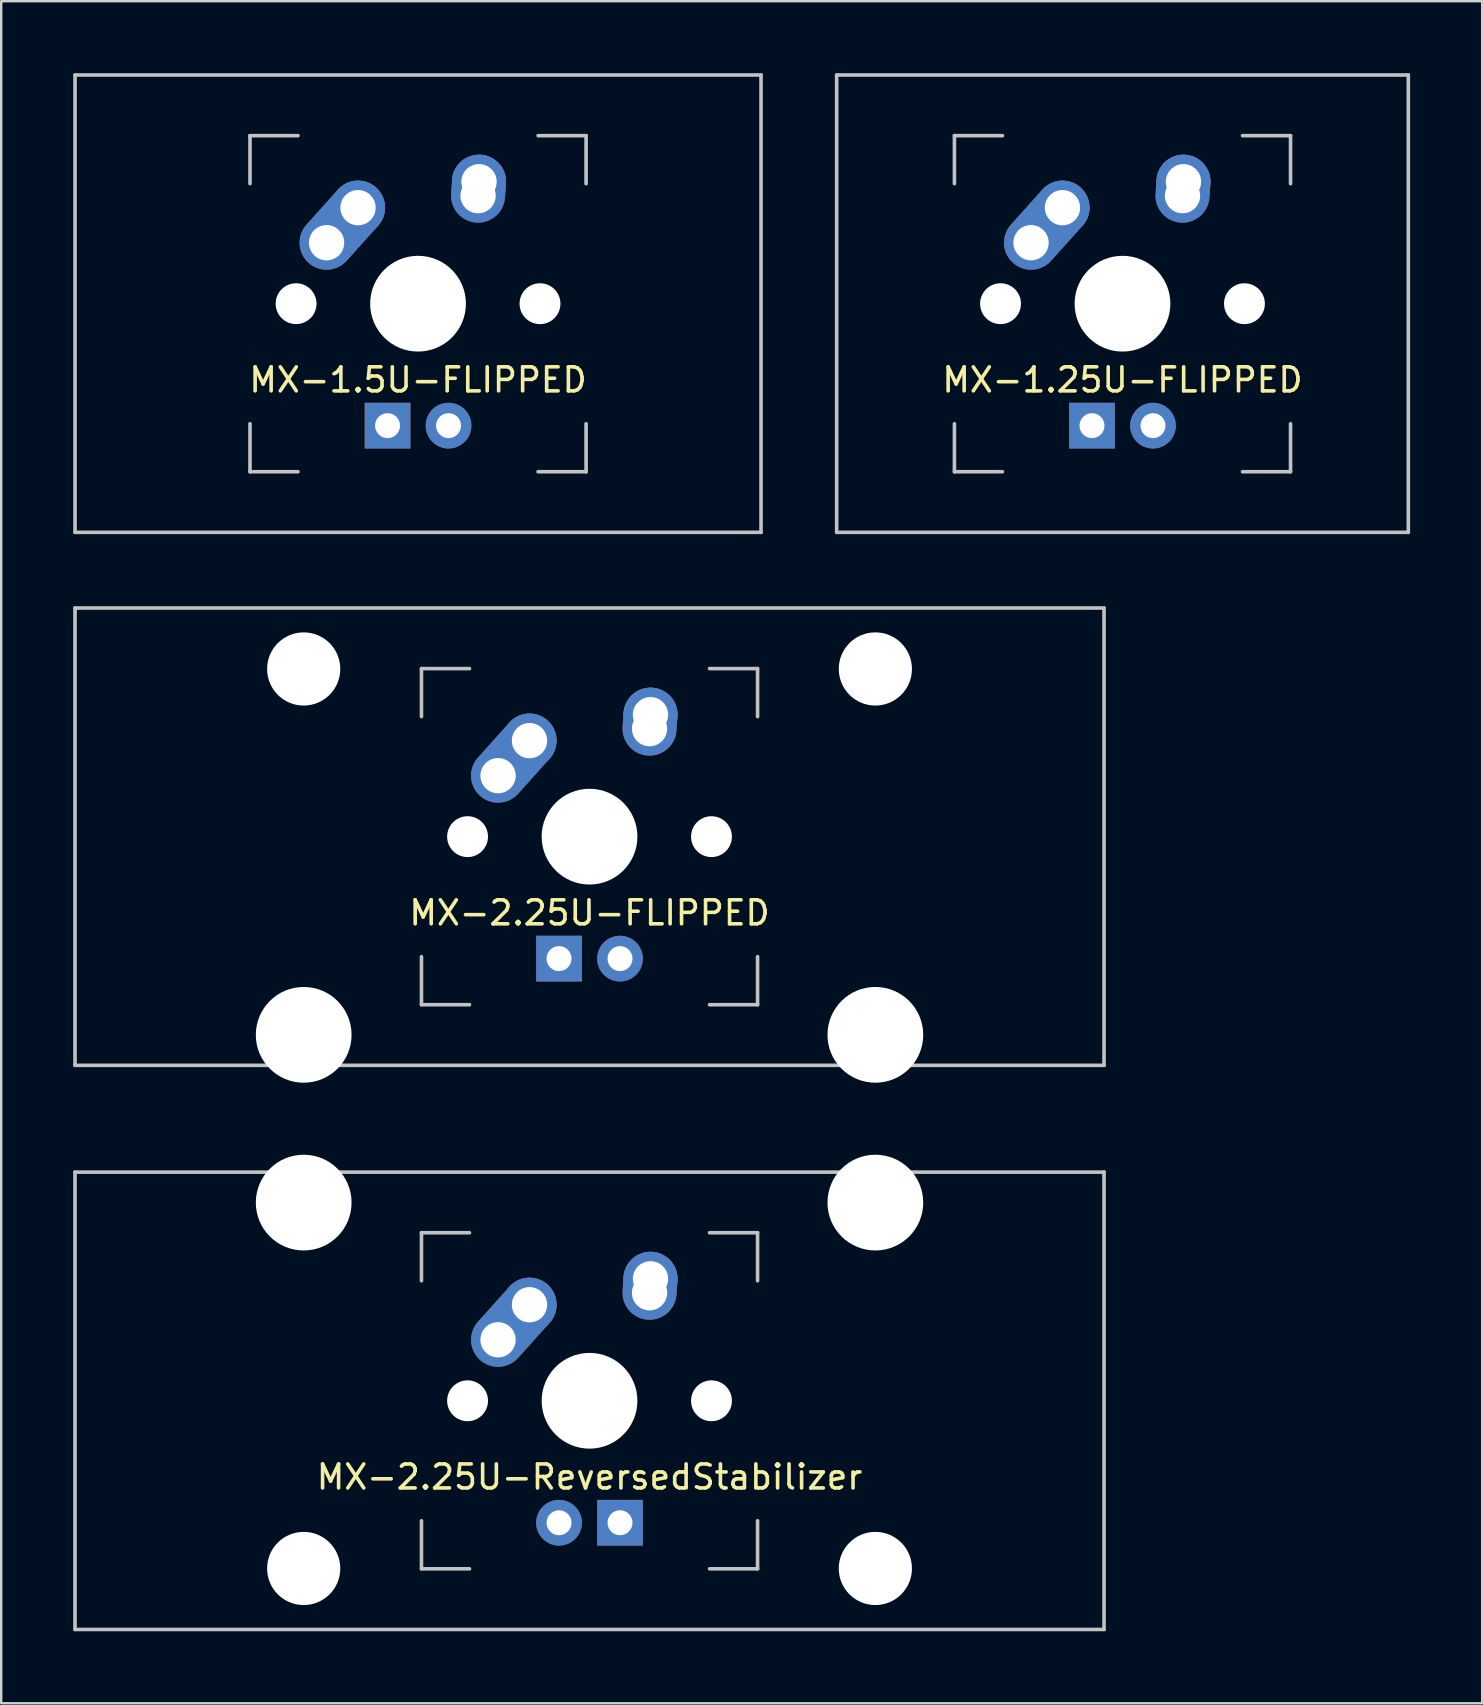
<source format=kicad_pcb>
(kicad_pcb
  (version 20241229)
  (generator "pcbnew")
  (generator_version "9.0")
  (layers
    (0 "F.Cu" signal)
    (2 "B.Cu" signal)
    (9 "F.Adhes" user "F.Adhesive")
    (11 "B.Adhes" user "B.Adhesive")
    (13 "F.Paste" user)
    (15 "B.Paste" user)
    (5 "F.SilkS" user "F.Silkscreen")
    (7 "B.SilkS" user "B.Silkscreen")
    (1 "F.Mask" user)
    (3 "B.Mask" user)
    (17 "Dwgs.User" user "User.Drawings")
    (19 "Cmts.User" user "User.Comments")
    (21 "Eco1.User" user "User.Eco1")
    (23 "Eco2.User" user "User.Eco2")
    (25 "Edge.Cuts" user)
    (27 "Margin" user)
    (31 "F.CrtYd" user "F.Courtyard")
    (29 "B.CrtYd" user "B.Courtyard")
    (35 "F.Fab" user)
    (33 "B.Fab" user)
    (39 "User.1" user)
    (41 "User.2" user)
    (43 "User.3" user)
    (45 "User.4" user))
  (footprint "MX-2.25U-FLIPPED"
    (layer "F.Cu")
    (at 21.506 31.8)
    (property "Reference" "MX-2.25U-FLIPPED" (at 0 3.175 0) (layer "F.SilkS") (effects (font (size 1 1) (thickness 0.15))))
    (attr through_hole)
    (fp_line (start -21.431 -9.525) (end 21.431 -9.525) (stroke (width 0.15) (type solid)) (layer "Dwgs.User"))
    (fp_line (start -21.431 9.525) (end -21.431 -9.525) (stroke (width 0.15) (type solid)) (layer "Dwgs.User"))
    (fp_line (start -21.431 9.525) (end 21.431 9.525) (stroke (width 0.15) (type solid)) (layer "Dwgs.User"))
    (fp_line (start -7 -7) (end -7 -5) (stroke (width 0.15) (type solid)) (layer "Dwgs.User"))
    (fp_line (start -7 5) (end -7 7) (stroke (width 0.15) (type solid)) (layer "Dwgs.User"))
    (fp_line (start -7 7) (end -5 7) (stroke (width 0.15) (type solid)) (layer "Dwgs.User"))
    (fp_line (start -5 -7) (end -7 -7) (stroke (width 0.15) (type solid)) (layer "Dwgs.User"))
    (fp_line (start 5 -7) (end 7 -7) (stroke (width 0.15) (type solid)) (layer "Dwgs.User"))
    (fp_line (start 5 7) (end 7 7) (stroke (width 0.15) (type solid)) (layer "Dwgs.User"))
    (fp_line (start 7 -7) (end 7 -5) (stroke (width 0.15) (type solid)) (layer "Dwgs.User"))
    (fp_line (start 7 7) (end 7 5) (stroke (width 0.15) (type solid)) (layer "Dwgs.User"))
    (fp_line (start 21.431 -9.525) (end 21.431 9.525) (stroke (width 0.15) (type solid)) (layer "Dwgs.User"))
    (pad "" np_thru_hole circle (at -11.906 -6.985) (size 3.048 3.048) (drill 3.048) (layers "*.Cu" "*.Mask"))
    (pad "" np_thru_hole circle (at -11.906 8.255) (size 3.988 3.988) (drill 3.988) (layers "*.Cu" "*.Mask"))
    (pad "" np_thru_hole circle (at -5.08 0 48.1) (size 1.702 1.702) (drill 1.702) (layers "*.Cu" "*.Mask"))
    (pad "" np_thru_hole circle (at 0 0) (size 3.988 3.988) (drill 3.988) (layers "*.Cu" "*.Mask"))
    (pad "" np_thru_hole circle (at 5.08 0 48.1) (size 1.702 1.702) (drill 1.702) (layers "*.Cu" "*.Mask"))
    (pad "" np_thru_hole circle (at 11.906 -6.985) (size 3.048 3.048) (drill 3.048) (layers "*.Cu" "*.Mask"))
    (pad "" np_thru_hole circle (at 11.906 8.255) (size 3.988 3.988) (drill 3.988) (layers "*.Cu" "*.Mask"))
    (pad "1" thru_hole oval (at -3.81 -2.54 48.1) (size 4.212 2.25) (drill 1.47 (offset 0.981 0)) (layers "*.Cu" "*.Mask"))
    (pad "1" thru_hole circle (at -2.5 -4) (size 2.25 2.25) (drill 1.47) (layers "*.Cu" "*.Mask"))
    (pad "2" thru_hole oval (at 2.5 -4.5 86.055) (size 2.831 2.25) (drill 1.47 (offset 0.291 0)) (layers "*.Cu" "*.Mask"))
    (pad "2" thru_hole circle (at 2.54 -5.08) (size 2.25 2.25) (drill 1.47) (layers "*.Cu" "*.Mask"))
    (pad "3" thru_hole circle (at 1.27 5.08) (size 1.905 1.905) (drill 1.04) (layers "*.Cu" "*.Mask"))
    (pad "4" thru_hole rect (at -1.27 5.08) (size 1.905 1.905) (drill 1.04) (layers "*.Cu" "*.Mask")))
  (footprint "MX-2.25U-ReversedStabilizer"
    (layer "F.Cu")
    (at 21.506 55.298)
    (property "Reference" "MX-2.25U-ReversedStabilizer" (at 0 3.175 0) (layer "F.SilkS") (effects (font (size 1 1) (thickness 0.15))))
    (attr through_hole)
    (fp_line (start -21.431 -9.525) (end 21.431 -9.525) (stroke (width 0.15) (type solid)) (layer "Dwgs.User"))
    (fp_line (start -21.431 9.525) (end -21.431 -9.525) (stroke (width 0.15) (type solid)) (layer "Dwgs.User"))
    (fp_line (start -21.431 9.525) (end 21.431 9.525) (stroke (width 0.15) (type solid)) (layer "Dwgs.User"))
    (fp_line (start -7 -7) (end -7 -5) (stroke (width 0.15) (type solid)) (layer "Dwgs.User"))
    (fp_line (start -7 5) (end -7 7) (stroke (width 0.15) (type solid)) (layer "Dwgs.User"))
    (fp_line (start -7 7) (end -5 7) (stroke (width 0.15) (type solid)) (layer "Dwgs.User"))
    (fp_line (start -5 -7) (end -7 -7) (stroke (width 0.15) (type solid)) (layer "Dwgs.User"))
    (fp_line (start 5 -7) (end 7 -7) (stroke (width 0.15) (type solid)) (layer "Dwgs.User"))
    (fp_line (start 5 7) (end 7 7) (stroke (width 0.15) (type solid)) (layer "Dwgs.User"))
    (fp_line (start 7 -7) (end 7 -5) (stroke (width 0.15) (type solid)) (layer "Dwgs.User"))
    (fp_line (start 7 7) (end 7 5) (stroke (width 0.15) (type solid)) (layer "Dwgs.User"))
    (fp_line (start 21.431 -9.525) (end 21.431 9.525) (stroke (width 0.15) (type solid)) (layer "Dwgs.User"))
    (pad "" np_thru_hole circle (at -11.906 -8.255) (size 3.988 3.988) (drill 3.988) (layers "*.Cu" "*.Mask"))
    (pad "" np_thru_hole circle (at -11.906 6.985) (size 3.048 3.048) (drill 3.048) (layers "*.Cu" "*.Mask"))
    (pad "" np_thru_hole circle (at -5.08 0 48.1) (size 1.702 1.702) (drill 1.702) (layers "*.Cu" "*.Mask"))
    (pad "" np_thru_hole circle (at 0 0) (size 3.988 3.988) (drill 3.988) (layers "*.Cu" "*.Mask"))
    (pad "" np_thru_hole circle (at 5.08 0 48.1) (size 1.702 1.702) (drill 1.702) (layers "*.Cu" "*.Mask"))
    (pad "" np_thru_hole circle (at 11.906 -8.255) (size 3.988 3.988) (drill 3.988) (layers "*.Cu" "*.Mask"))
    (pad "" np_thru_hole circle (at 11.906 6.985) (size 3.048 3.048) (drill 3.048) (layers "*.Cu" "*.Mask"))
    (pad "1" thru_hole oval (at -3.81 -2.54 48.1) (size 4.212 2.25) (drill 1.47 (offset 0.981 0)) (layers "*.Cu" "*.Mask"))
    (pad "1" thru_hole circle (at -2.5 -4) (size 2.25 2.25) (drill 1.47) (layers "*.Cu" "*.Mask"))
    (pad "2" thru_hole oval (at 2.5 -4.5 86.055) (size 2.831 2.25) (drill 1.47 (offset 0.291 0)) (layers "*.Cu" "*.Mask"))
    (pad "2" thru_hole circle (at 2.54 -5.08) (size 2.25 2.25) (drill 1.47) (layers "*.Cu" "*.Mask"))
    (pad "3" thru_hole circle (at -1.27 5.08) (size 1.905 1.905) (drill 1.04) (layers "*.Cu" "*.Mask"))
    (pad "4" thru_hole rect (at 1.27 5.08) (size 1.905 1.905) (drill 1.04) (layers "*.Cu" "*.Mask")))
  (footprint "MX-1.5U-FLIPPED"
    (layer "F.Cu")
    (at 14.363 9.6)
    (property "Reference" "MX-1.5U-FLIPPED" (at 0 3.175 0) (layer "F.SilkS") (effects (font (size 1 1) (thickness 0.15))))
    (attr through_hole)
    (fp_line (start -14.287 -9.525) (end 14.287 -9.525) (stroke (width 0.15) (type solid)) (layer "Dwgs.User"))
    (fp_line (start -14.287 9.525) (end -14.287 -9.525) (stroke (width 0.15) (type solid)) (layer "Dwgs.User"))
    (fp_line (start -14.287 9.525) (end 14.287 9.525) (stroke (width 0.15) (type solid)) (layer "Dwgs.User"))
    (fp_line (start -7 -7) (end -7 -5) (stroke (width 0.15) (type solid)) (layer "Dwgs.User"))
    (fp_line (start -7 5) (end -7 7) (stroke (width 0.15) (type solid)) (layer "Dwgs.User"))
    (fp_line (start -7 7) (end -5 7) (stroke (width 0.15) (type solid)) (layer "Dwgs.User"))
    (fp_line (start -5 -7) (end -7 -7) (stroke (width 0.15) (type solid)) (layer "Dwgs.User"))
    (fp_line (start 5 -7) (end 7 -7) (stroke (width 0.15) (type solid)) (layer "Dwgs.User"))
    (fp_line (start 5 7) (end 7 7) (stroke (width 0.15) (type solid)) (layer "Dwgs.User"))
    (fp_line (start 7 -7) (end 7 -5) (stroke (width 0.15) (type solid)) (layer "Dwgs.User"))
    (fp_line (start 7 7) (end 7 5) (stroke (width 0.15) (type solid)) (layer "Dwgs.User"))
    (fp_line (start 14.287 -9.525) (end 14.287 9.525) (stroke (width 0.15) (type solid)) (layer "Dwgs.User"))
    (pad "" np_thru_hole circle (at -5.08 0 48.1) (size 1.702 1.702) (drill 1.702) (layers "*.Cu" "*.Mask"))
    (pad "" np_thru_hole circle (at 0 0) (size 3.988 3.988) (drill 3.988) (layers "*.Cu" "*.Mask"))
    (pad "" np_thru_hole circle (at 5.08 0 48.1) (size 1.702 1.702) (drill 1.702) (layers "*.Cu" "*.Mask"))
    (pad "1" thru_hole oval (at -3.81 -2.54 48.1) (size 4.212 2.25) (drill 1.47 (offset 0.981 0)) (layers "*.Cu" "*.Mask"))
    (pad "1" thru_hole circle (at -2.5 -4) (size 2.25 2.25) (drill 1.47) (layers "*.Cu" "*.Mask"))
    (pad "2" thru_hole oval (at 2.5 -4.5 86.055) (size 2.831 2.25) (drill 1.47 (offset 0.291 0)) (layers "*.Cu" "*.Mask"))
    (pad "2" thru_hole circle (at 2.54 -5.08) (size 2.25 2.25) (drill 1.47) (layers "*.Cu" "*.Mask"))
    (pad "3" thru_hole circle (at 1.27 5.08) (size 1.905 1.905) (drill 1.04) (layers "*.Cu" "*.Mask"))
    (pad "4" thru_hole rect (at -1.27 5.08) (size 1.905 1.905) (drill 1.04) (layers "*.Cu" "*.Mask")))
  (footprint "MX-1.25U-FLIPPED"
    (layer "F.Cu")
    (at 43.706 9.6)
    (property "Reference" "MX-1.25U-FLIPPED" (at 0 3.175 0) (layer "F.SilkS") (effects (font (size 1 1) (thickness 0.15))))
    (attr through_hole)
    (fp_line (start -11.906 -9.525) (end 11.906 -9.525) (stroke (width 0.15) (type solid)) (layer "Dwgs.User"))
    (fp_line (start -11.906 9.525) (end -11.906 -9.525) (stroke (width 0.15) (type solid)) (layer "Dwgs.User"))
    (fp_line (start -11.906 9.525) (end 11.906 9.525) (stroke (width 0.15) (type solid)) (layer "Dwgs.User"))
    (fp_line (start -7 -7) (end -7 -5) (stroke (width 0.15) (type solid)) (layer "Dwgs.User"))
    (fp_line (start -7 5) (end -7 7) (stroke (width 0.15) (type solid)) (layer "Dwgs.User"))
    (fp_line (start -7 7) (end -5 7) (stroke (width 0.15) (type solid)) (layer "Dwgs.User"))
    (fp_line (start -5 -7) (end -7 -7) (stroke (width 0.15) (type solid)) (layer "Dwgs.User"))
    (fp_line (start 5 -7) (end 7 -7) (stroke (width 0.15) (type solid)) (layer "Dwgs.User"))
    (fp_line (start 5 7) (end 7 7) (stroke (width 0.15) (type solid)) (layer "Dwgs.User"))
    (fp_line (start 7 -7) (end 7 -5) (stroke (width 0.15) (type solid)) (layer "Dwgs.User"))
    (fp_line (start 7 7) (end 7 5) (stroke (width 0.15) (type solid)) (layer "Dwgs.User"))
    (fp_line (start 11.906 -9.525) (end 11.906 9.525) (stroke (width 0.15) (type solid)) (layer "Dwgs.User"))
    (pad "" np_thru_hole circle (at -5.08 0 48.1) (size 1.702 1.702) (drill 1.702) (layers "*.Cu" "*.Mask"))
    (pad "" np_thru_hole circle (at 0 0) (size 3.988 3.988) (drill 3.988) (layers "*.Cu" "*.Mask"))
    (pad "" np_thru_hole circle (at 5.08 0 48.1) (size 1.702 1.702) (drill 1.702) (layers "*.Cu" "*.Mask"))
    (pad "1" thru_hole oval (at -3.81 -2.54 48.1) (size 4.212 2.25) (drill 1.47 (offset 0.981 0)) (layers "*.Cu" "*.Mask"))
    (pad "1" thru_hole circle (at -2.5 -4) (size 2.25 2.25) (drill 1.47) (layers "*.Cu" "*.Mask"))
    (pad "2" thru_hole oval (at 2.5 -4.5 86.055) (size 2.831 2.25) (drill 1.47 (offset 0.291 0)) (layers "*.Cu" "*.Mask"))
    (pad "2" thru_hole circle (at 2.54 -5.08) (size 2.25 2.25) (drill 1.47) (layers "*.Cu" "*.Mask"))
    (pad "3" thru_hole circle (at 1.27 5.08) (size 1.905 1.905) (drill 1.04) (layers "*.Cu" "*.Mask"))
    (pad "4" thru_hole rect (at -1.27 5.08) (size 1.905 1.905) (drill 1.04) (layers "*.Cu" "*.Mask")))
  (gr_rect
    (start -3 -3)
    (end 58.688 67.898)
    (stroke (width 0.1) (type default))
    (fill no)
    (layer "Edge.Cuts")))
</source>
